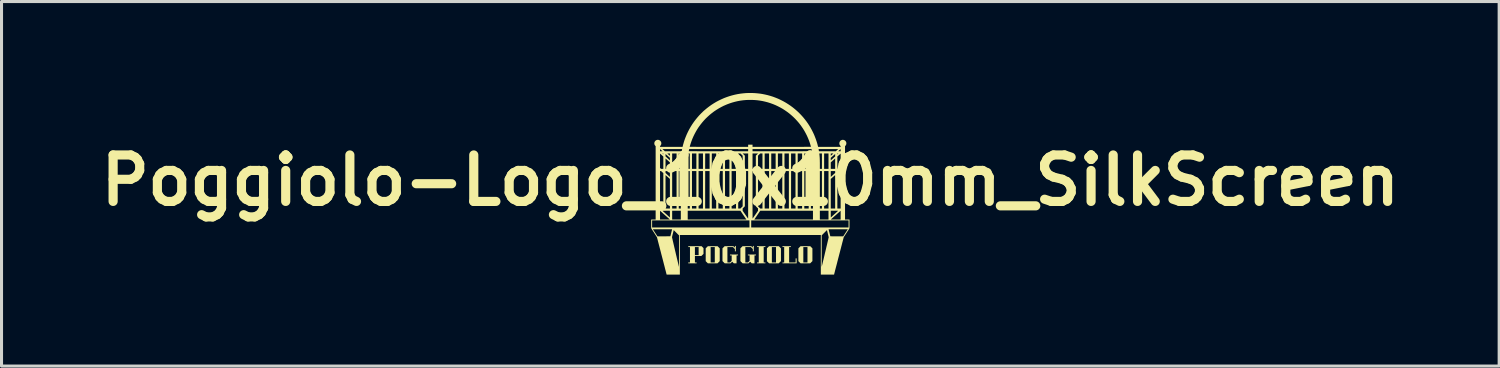
<source format=kicad_pcb>
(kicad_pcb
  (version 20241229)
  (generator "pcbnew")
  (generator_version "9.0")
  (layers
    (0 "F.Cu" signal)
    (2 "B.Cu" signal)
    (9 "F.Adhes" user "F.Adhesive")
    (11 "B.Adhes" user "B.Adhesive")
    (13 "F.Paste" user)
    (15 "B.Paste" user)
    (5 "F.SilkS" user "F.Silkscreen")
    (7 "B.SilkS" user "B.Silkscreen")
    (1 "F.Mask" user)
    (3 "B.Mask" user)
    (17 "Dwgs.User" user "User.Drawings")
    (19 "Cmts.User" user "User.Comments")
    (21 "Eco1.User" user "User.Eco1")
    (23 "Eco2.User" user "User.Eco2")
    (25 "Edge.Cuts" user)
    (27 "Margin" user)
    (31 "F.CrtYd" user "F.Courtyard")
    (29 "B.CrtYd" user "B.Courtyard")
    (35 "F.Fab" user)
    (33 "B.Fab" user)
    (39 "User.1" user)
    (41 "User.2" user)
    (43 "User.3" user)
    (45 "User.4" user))
  (footprint "Poggiolo-Logo_10x10mm_SilkScreen"
    (layer "F.Cu")
    (at 21.561 2.867)
    (property "Reference" "Poggiolo-Logo_10x10mm_SilkScreen" (at 0 0 0) (layer "F.SilkS") (effects (font (size 1.524 1.524) (thickness 0.3))))
    (attr board_only exclude_from_pos_files exclude_from_bom)
    (fp_poly (pts (xy 0.494 2.186) (xy 0.438 2.186) (xy 0.438 2.692) (xy 0.494 2.692) (xy 0.494 2.72) (xy 0.22 2.72) (xy 0.22 2.692) (xy 0.276 2.692) (xy 0.276 2.186) (xy 0.22 2.186) (xy 0.22 2.158) (xy 0.494 2.158)) (stroke (width 0) (type solid)) (fill yes) (layer "F.SilkS"))
    (fp_poly (pts (xy 1.328 2.186) (xy 1.272 2.186) (xy 1.272 2.692) (xy 1.486 2.692) (xy 1.486 2.558) (xy 1.518 2.558) (xy 1.518 2.72) (xy 1.054 2.72) (xy 1.054 2.692) (xy 1.11 2.692) (xy 1.11 2.186) (xy 1.054 2.186) (xy 1.054 2.158) (xy 1.328 2.158)) (stroke (width 0) (type solid)) (fill yes) (layer "F.SilkS"))
    (fp_poly (pts (xy -1.039 2.194) (xy -1.004 2.229) (xy -1.004 2.647) (xy -1.077 2.72) (xy -1.393 2.72) (xy -1.421 2.692) (xy -1.302 2.692) (xy -1.166 2.692) (xy -1.166 2.186) (xy -1.302 2.186) (xy -1.302 2.692) (xy -1.421 2.692) (xy -1.429 2.684) (xy -1.464 2.649) (xy -1.464 2.229) (xy -1.393 2.158) (xy -1.075 2.158)) (stroke (width 0) (type solid)) (fill yes) (layer "F.SilkS"))
    (fp_poly (pts (xy 0.969 2.194) (xy 1.004 2.229) (xy 1.004 2.647) (xy 0.931 2.72) (xy 0.615 2.72) (xy 0.587 2.692) (xy 0.706 2.692) (xy 0.842 2.692) (xy 0.842 2.186) (xy 0.706 2.186) (xy 0.706 2.692) (xy 0.587 2.692) (xy 0.579 2.684) (xy 0.544 2.649) (xy 0.544 2.229) (xy 0.615 2.158) (xy 0.933 2.158)) (stroke (width 0) (type solid)) (fill yes) (layer "F.SilkS"))
    (fp_poly (pts (xy 2.001 2.194) (xy 2.036 2.229) (xy 2.036 2.647) (xy 1.963 2.72) (xy 1.647 2.72) (xy 1.619 2.692) (xy 1.738 2.692) (xy 1.874 2.692) (xy 1.874 2.186) (xy 1.738 2.186) (xy 1.738 2.692) (xy 1.619 2.692) (xy 1.611 2.684) (xy 1.576 2.649) (xy 1.576 2.229) (xy 1.647 2.158) (xy 1.965 2.158)) (stroke (width 0) (type solid)) (fill yes) (layer "F.SilkS"))
    (fp_poly (pts (xy -1.567 2.19) (xy -1.536 2.221) (xy -1.536 2.409) (xy -1.571 2.444) (xy -1.607 2.48) (xy -1.818 2.48) (xy -1.818 2.692) (xy -1.762 2.692) (xy -1.762 2.72) (xy -2.036 2.72) (xy -2.036 2.692) (xy -1.98 2.692) (xy -1.98 2.452) (xy -1.818 2.452) (xy -1.696 2.452) (xy -1.696 2.186) (xy -1.818 2.186) (xy -1.818 2.452) (xy -1.98 2.452) (xy -1.98 2.186) (xy -2.036 2.186) (xy -2.036 2.158) (xy -1.599 2.158)) (stroke (width 0) (type solid)) (fill yes) (layer "F.SilkS"))
    (fp_poly (pts (xy -0.476 2.326) (xy -0.506 2.326) (xy -0.506 2.251) (xy -0.539 2.218) (xy -0.571 2.186) (xy -0.752 2.186) (xy -0.752 2.692) (xy -0.665 2.692) (xy -0.638 2.665) (xy -0.612 2.639) (xy -0.612 2.46) (xy -0.668 2.46) (xy -0.668 2.432) (xy -0.404 2.432) (xy -0.404 2.46) (xy -0.452 2.46) (xy -0.452 2.72) (xy -0.543 2.72) (xy -0.567 2.694) (xy -0.576 2.686) (xy -0.583 2.678) (xy -0.589 2.673) (xy -0.593 2.669) (xy -0.595 2.668) (xy -0.597 2.669) (xy -0.601 2.673) (xy -0.607 2.679) (xy -0.615 2.686) (xy -0.623 2.694) (xy -0.649 2.72) (xy -0.841 2.72) (xy -0.878 2.683) (xy -0.914 2.647) (xy -0.914 2.229) (xy -0.843 2.158) (xy -0.555 2.158) (xy -0.532 2.181) (xy -0.524 2.189) (xy -0.517 2.195) (xy -0.512 2.2) (xy -0.508 2.203) (xy -0.508 2.204) (xy -0.507 2.202) (xy -0.507 2.197) (xy -0.506 2.189) (xy -0.506 2.18) (xy -0.506 2.177) (xy -0.506 2.15) (xy -0.476 2.15)) (stroke (width 0) (type solid)) (fill yes) (layer "F.SilkS"))
    (fp_poly (pts (xy 0.112 2.326) (xy 0.082 2.326) (xy 0.082 2.251) (xy 0.049 2.218) (xy 0.017 2.186) (xy -0.164 2.186) (xy -0.164 2.692) (xy -0.077 2.692) (xy -0.05 2.665) (xy -0.024 2.639) (xy -0.024 2.46) (xy -0.08 2.46) (xy -0.08 2.432) (xy 0.184 2.432) (xy 0.184 2.46) (xy 0.136 2.46) (xy 0.136 2.72) (xy 0.045 2.72) (xy 0.021 2.694) (xy 0.012 2.686) (xy 0.005 2.678) (xy -0.001 2.673) (xy -0.005 2.669) (xy -0.007 2.668) (xy -0.009 2.669) (xy -0.013 2.673) (xy -0.019 2.679) (xy -0.027 2.686) (xy -0.035 2.694) (xy -0.061 2.72) (xy -0.253 2.72) (xy -0.29 2.683) (xy -0.326 2.647) (xy -0.326 2.229) (xy -0.255 2.158) (xy 0.033 2.158) (xy 0.056 2.181) (xy 0.064 2.189) (xy 0.071 2.195) (xy 0.076 2.2) (xy 0.08 2.203) (xy 0.08 2.204) (xy 0.081 2.202) (xy 0.081 2.197) (xy 0.082 2.189) (xy 0.082 2.18) (xy 0.082 2.177) (xy 0.082 2.15) (xy 0.112 2.15)) (stroke (width 0) (type solid)) (fill yes) (layer "F.SilkS"))
    (fp_poly (pts (xy 0.048 -2.867) (xy 0.143 -2.863) (xy 0.238 -2.855) (xy 0.333 -2.844) (xy 0.383 -2.836) (xy 0.475 -2.818) (xy 0.566 -2.797) (xy 0.656 -2.772) (xy 0.745 -2.744) (xy 0.832 -2.711) (xy 0.918 -2.676) (xy 1.002 -2.636) (xy 1.084 -2.594) (xy 1.165 -2.548) (xy 1.243 -2.499) (xy 1.32 -2.447) (xy 1.394 -2.392) (xy 1.467 -2.333) (xy 1.537 -2.272) (xy 1.604 -2.208) (xy 1.669 -2.141) (xy 1.731 -2.072) (xy 1.791 -1.999) (xy 1.847 -1.925) (xy 1.901 -1.847) (xy 1.951 -1.768) (xy 1.978 -1.722) (xy 2.017 -1.651) (xy 2.054 -1.578) (xy 2.089 -1.503) (xy 2.12 -1.427) (xy 2.149 -1.35) (xy 2.175 -1.273) (xy 2.198 -1.197) (xy 2.217 -1.123) (xy 2.222 -1.1) (xy 2.962 -1.1) (xy 2.962 -1.112) (xy 2.962 -1.118) (xy 2.961 -1.123) (xy 2.96 -1.126) (xy 2.956 -1.131) (xy 2.951 -1.137) (xy 2.95 -1.137) (xy 2.94 -1.15) (xy 2.931 -1.165) (xy 2.924 -1.181) (xy 2.922 -1.189) (xy 2.921 -1.196) (xy 2.92 -1.205) (xy 2.92 -1.215) (xy 2.92 -1.217) (xy 2.922 -1.238) (xy 2.927 -1.257) (xy 2.936 -1.275) (xy 2.948 -1.292) (xy 2.963 -1.306) (xy 2.98 -1.317) (xy 2.999 -1.325) (xy 3.008 -1.328) (xy 3.022 -1.33) (xy 3.037 -1.331) (xy 3.053 -1.329) (xy 3.067 -1.326) (xy 3.067 -1.326) (xy 3.086 -1.318) (xy 3.104 -1.307) (xy 3.119 -1.294) (xy 3.131 -1.278) (xy 3.141 -1.26) (xy 3.147 -1.241) (xy 3.15 -1.221) (xy 3.149 -1.207) (xy 3.146 -1.186) (xy 3.139 -1.166) (xy 3.128 -1.148) (xy 3.115 -1.133) (xy 3.106 -1.124) (xy 3.106 1.284) (xy 3.252 1.284) (xy 3.252 1.427) (xy 3.252 1.455) (xy 3.252 1.479) (xy 3.252 1.499) (xy 3.252 1.516) (xy 3.252 1.531) (xy 3.252 1.542) (xy 3.251 1.552) (xy 3.251 1.559) (xy 3.251 1.565) (xy 3.251 1.569) (xy 3.25 1.572) (xy 3.25 1.574) (xy 3.249 1.576) (xy 3.248 1.577) (xy 3.247 1.58) (xy 3.243 1.585) (xy 3.238 1.594) (xy 3.23 1.605) (xy 3.222 1.618) (xy 3.212 1.634) (xy 3.201 1.651) (xy 3.188 1.67) (xy 3.175 1.689) (xy 3.162 1.71) (xy 3.155 1.721) (xy 3.141 1.742) (xy 3.128 1.763) (xy 3.116 1.782) (xy 3.104 1.8) (xy 3.094 1.816) (xy 3.085 1.83) (xy 3.077 1.842) (xy 3.071 1.851) (xy 3.067 1.858) (xy 3.064 1.862) (xy 3.064 1.863) (xy 3.063 1.865) (xy 3.062 1.871) (xy 3.059 1.88) (xy 3.056 1.893) (xy 3.052 1.909) (xy 3.047 1.927) (xy 3.041 1.949) (xy 3.035 1.973) (xy 3.028 2) (xy 3.02 2.029) (xy 3.012 2.06) (xy 3.004 2.093) (xy 2.995 2.127) (xy 2.985 2.164) (xy 2.976 2.201) (xy 2.966 2.24) (xy 2.955 2.28) (xy 2.945 2.32) (xy 2.934 2.362) (xy 2.923 2.404) (xy 2.912 2.446) (xy 2.901 2.488) (xy 2.89 2.53) (xy 2.879 2.572) (xy 2.869 2.613) (xy 2.858 2.654) (xy 2.848 2.695) (xy 2.838 2.734) (xy 2.828 2.772) (xy 2.818 2.809) (xy 2.809 2.844) (xy 2.8 2.878) (xy 2.792 2.909) (xy 2.784 2.939) (xy 2.777 2.967) (xy 2.771 2.992) (xy 2.765 3.015) (xy 2.76 3.035) (xy 2.755 3.052) (xy 2.752 3.066) (xy 2.749 3.077) (xy 2.747 3.084) (xy 2.747 3.085) (xy 2.746 3.09) (xy 2.312 3.09) (xy 2.312 2.321) (xy 2.34 2.321) (xy 2.34 2.366) (xy 2.34 2.41) (xy 2.34 2.453) (xy 2.34 2.495) (xy 2.34 2.535) (xy 2.34 2.573) (xy 2.34 2.609) (xy 2.34 2.644) (xy 2.34 2.676) (xy 2.34 2.705) (xy 2.34 2.732) (xy 2.34 2.757) (xy 2.34 2.778) (xy 2.341 2.797) (xy 2.341 2.812) (xy 2.341 2.824) (xy 2.341 2.832) (xy 2.341 2.837) (xy 2.341 2.838) (xy 2.341 2.836) (xy 2.343 2.83) (xy 2.345 2.821) (xy 2.348 2.808) (xy 2.352 2.792) (xy 2.356 2.773) (xy 2.362 2.751) (xy 2.368 2.727) (xy 2.374 2.699) (xy 2.381 2.67) (xy 2.388 2.638) (xy 2.397 2.604) (xy 2.405 2.569) (xy 2.414 2.531) (xy 2.423 2.492) (xy 2.433 2.452) (xy 2.442 2.41) (xy 2.452 2.367) (xy 2.455 2.356) (xy 2.465 2.313) (xy 2.475 2.271) (xy 2.485 2.23) (xy 2.494 2.19) (xy 2.503 2.152) (xy 2.512 2.115) (xy 2.52 2.081) (xy 2.527 2.048) (xy 2.535 2.017) (xy 2.541 1.989) (xy 2.547 1.964) (xy 2.553 1.941) (xy 2.557 1.92) (xy 2.561 1.903) (xy 2.565 1.889) (xy 2.567 1.878) (xy 2.569 1.871) (xy 2.569 1.868) (xy 2.569 1.868) (xy 2.569 1.865) (xy 2.569 1.86) (xy 2.567 1.853) (xy 2.565 1.843) (xy 2.563 1.831) (xy 2.559 1.815) (xy 2.555 1.797) (xy 2.549 1.775) (xy 2.543 1.749) (xy 2.542 1.745) (xy 2.513 1.63) (xy 2.427 1.716) (xy 2.34 1.803) (xy 2.34 2.321) (xy 2.312 2.321) (xy 2.312 1.79) (xy -2.312 1.79) (xy -2.312 3.09) (xy -2.529 3.09) (xy -2.558 3.09) (xy -2.586 3.09) (xy -2.613 3.09) (xy -2.637 3.09) (xy -2.66 3.09) (xy -2.681 3.09) (xy -2.7 3.09) (xy -2.715 3.09) (xy -2.728 3.089) (xy -2.738 3.089) (xy -2.744 3.089) (xy -2.746 3.089) (xy -2.746 3.089) (xy -2.746 3.087) (xy -2.748 3.081) (xy -2.75 3.072) (xy -2.754 3.059) (xy -2.758 3.044) (xy -2.762 3.025) (xy -2.768 3.003) (xy -2.774 2.979) (xy -2.781 2.952) (xy -2.789 2.924) (xy -2.797 2.893) (xy -2.805 2.86) (xy -2.814 2.825) (xy -2.823 2.789) (xy -2.833 2.752) (xy -2.843 2.713) (xy -2.853 2.673) (xy -2.864 2.633) (xy -2.874 2.591) (xy -2.885 2.55) (xy -2.896 2.508) (xy -2.907 2.466) (xy -2.918 2.424) (xy -2.929 2.382) (xy -2.939 2.34) (xy -2.95 2.3) (xy -2.96 2.26) (xy -2.971 2.22) (xy -2.98 2.183) (xy -2.99 2.146) (xy -2.999 2.111) (xy -3.008 2.077) (xy -3.016 2.046) (xy -3.024 2.016) (xy -3.031 1.989) (xy -3.037 1.964) (xy -3.043 1.941) (xy -3.048 1.921) (xy -3.053 1.905) (xy -3.056 1.891) (xy -3.059 1.881) (xy -3.061 1.874) (xy -3.062 1.87) (xy -3.062 1.87) (xy -3.063 1.866) (xy -3.066 1.862) (xy -2.57 1.862) (xy -2.569 1.864) (xy -2.568 1.87) (xy -2.566 1.88) (xy -2.563 1.892) (xy -2.559 1.908) (xy -2.555 1.927) (xy -2.55 1.948) (xy -2.545 1.972) (xy -2.539 1.998) (xy -2.532 2.026) (xy -2.525 2.056) (xy -2.518 2.088) (xy -2.51 2.121) (xy -2.502 2.155) (xy -2.494 2.191) (xy -2.485 2.227) (xy -2.477 2.264) (xy -2.468 2.301) (xy -2.459 2.339) (xy -2.45 2.376) (xy -2.442 2.414) (xy -2.433 2.451) (xy -2.424 2.487) (xy -2.416 2.523) (xy -2.408 2.557) (xy -2.4 2.591) (xy -2.392 2.623) (xy -2.385 2.653) (xy -2.378 2.682) (xy -2.372 2.709) (xy -2.366 2.733) (xy -2.361 2.755) (xy -2.356 2.775) (xy -2.353 2.791) (xy -2.349 2.805) (xy -2.348 2.808) (xy -2.341 2.839) (xy -2.34 2.321) (xy -2.34 1.803) (xy -2.426 1.717) (xy -2.513 1.63) (xy -2.541 1.743) (xy -2.547 1.764) (xy -2.552 1.784) (xy -2.556 1.802) (xy -2.56 1.819) (xy -2.563 1.833) (xy -2.566 1.845) (xy -2.568 1.854) (xy -2.57 1.86) (xy -2.57 1.862) (xy -3.066 1.862) (xy -3.067 1.86) (xy -3.072 1.851) (xy -3.08 1.839) (xy -3.089 1.824) (xy -3.1 1.806) (xy -3.114 1.785) (xy -3.129 1.761) (xy -3.147 1.734) (xy -3.156 1.719) (xy -3.17 1.697) (xy -3.184 1.677) (xy -3.196 1.657) (xy -3.208 1.639) (xy -3.219 1.623) (xy -3.228 1.609) (xy -3.231 1.603) (xy -3.197 1.603) (xy -3.047 1.834) (xy -2.835 1.834) (xy -2.623 1.833) (xy -2.595 1.718) (xy -2.589 1.698) (xy -2.585 1.678) (xy -2.58 1.66) (xy -2.576 1.644) (xy -2.573 1.63) (xy -2.57 1.618) (xy -2.568 1.61) (xy -2.567 1.604) (xy -2.567 1.603) (xy 2.567 1.603) (xy 2.567 1.605) (xy 2.568 1.61) (xy 2.57 1.619) (xy 2.573 1.63) (xy 2.576 1.643) (xy 2.58 1.658) (xy 2.584 1.675) (xy 2.588 1.692) (xy 2.593 1.71) (xy 2.597 1.729) (xy 2.602 1.747) (xy 2.606 1.764) (xy 2.61 1.78) (xy 2.614 1.795) (xy 2.617 1.808) (xy 2.619 1.818) (xy 2.621 1.826) (xy 2.623 1.831) (xy 2.623 1.831) (xy 2.624 1.832) (xy 2.626 1.832) (xy 2.631 1.833) (xy 2.637 1.833) (xy 2.645 1.833) (xy 2.656 1.833) (xy 2.67 1.834) (xy 2.686 1.834) (xy 2.705 1.834) (xy 2.727 1.834) (xy 2.753 1.834) (xy 2.782 1.834) (xy 2.814 1.834) (xy 2.835 1.834) (xy 3.047 1.834) (xy 3.122 1.718) (xy 3.197 1.603) (xy 2.882 1.602) (xy 2.847 1.602) (xy 2.813 1.602) (xy 2.78 1.602) (xy 2.749 1.602) (xy 2.719 1.602) (xy 2.692 1.602) (xy 2.667 1.602) (xy 2.644 1.602) (xy 2.623 1.602) (xy 2.605 1.602) (xy 2.591 1.602) (xy 2.579 1.603) (xy 2.572 1.603) (xy 2.567 1.603) (xy 2.567 1.603) (xy -2.567 1.603) (xy -2.567 1.603) (xy -2.569 1.603) (xy -2.574 1.603) (xy -2.584 1.603) (xy -2.597 1.602) (xy -2.613 1.602) (xy -2.631 1.602) (xy -2.653 1.602) (xy -2.677 1.602) (xy -2.703 1.602) (xy -2.732 1.602) (xy -2.762 1.602) (xy -2.794 1.602) (xy -2.827 1.602) (xy -2.862 1.602) (xy -2.882 1.602) (xy -3.197 1.603) (xy -3.231 1.603) (xy -3.236 1.596) (xy -3.242 1.587) (xy -3.247 1.579) (xy -3.249 1.575) (xy -3.25 1.574) (xy -3.25 1.572) (xy -3.251 1.566) (xy -3.251 1.557) (xy -3.251 1.544) (xy -3.252 1.528) (xy -3.252 1.509) (xy -3.252 1.485) (xy -3.252 1.458) (xy -3.252 1.427) (xy -3.252 1.312) (xy -3.222 1.312) (xy -3.222 1.544) (xy -0.028 1.544) (xy 0.028 1.544) (xy 3.222 1.544) (xy 3.222 1.312) (xy 1.625 1.312) (xy 0.029 1.313) (xy 0.028 1.429) (xy 0.028 1.544) (xy -0.028 1.544) (xy -0.029 1.313) (xy -1.625 1.312) (xy -3.222 1.312) (xy -3.252 1.312) (xy -3.252 1.284) (xy -3.106 1.284) (xy -3.106 0.995) (xy -2.962 0.995) (xy -2.962 1.284) (xy -2.8 1.284) (xy -2.564 1.284) (xy -2.28 1.284) (xy -2.054 1.284) (xy -0.13 1.284) (xy 0.13 1.284) (xy 2.054 1.284) (xy 2.28 1.284) (xy 2.564 1.284) (xy 2.564 1.282) (xy 2.64 1.282) (xy 2.641 1.282) (xy 2.644 1.283) (xy 2.648 1.283) (xy 2.654 1.283) (xy 2.663 1.283) (xy 2.673 1.284) (xy 2.687 1.284) (xy 2.703 1.284) (xy 2.722 1.284) (xy 2.745 1.284) (xy 2.771 1.284) (xy 2.8 1.284) (xy 2.962 1.284) (xy 2.962 0.995) (xy 2.957 1) (xy 2.954 1.002) (xy 2.949 1.007) (xy 2.942 1.014) (xy 2.932 1.022) (xy 2.92 1.033) (xy 2.905 1.046) (xy 2.89 1.06) (xy 2.872 1.075) (xy 2.853 1.092) (xy 2.834 1.11) (xy 2.813 1.128) (xy 2.797 1.142) (xy 2.776 1.161) (xy 2.755 1.179) (xy 2.736 1.196) (xy 2.718 1.212) (xy 2.701 1.227) (xy 2.686 1.241) (xy 2.672 1.253) (xy 2.661 1.263) (xy 2.652 1.271) (xy 2.645 1.277) (xy 2.641 1.28) (xy 2.64 1.281) (xy 2.64 1.282) (xy 2.564 1.282) (xy 2.564 1.106) (xy 2.638 1.106) (xy 2.638 1.13) (xy 2.638 1.151) (xy 2.638 1.168) (xy 2.638 1.182) (xy 2.638 1.193) (xy 2.639 1.201) (xy 2.639 1.208) (xy 2.639 1.212) (xy 2.64 1.214) (xy 2.64 1.215) (xy 2.641 1.215) (xy 2.643 1.213) (xy 2.647 1.209) (xy 2.654 1.203) (xy 2.664 1.194) (xy 2.675 1.184) (xy 2.688 1.172) (xy 2.703 1.159) (xy 2.719 1.144) (xy 2.737 1.128) (xy 2.755 1.112) (xy 2.762 1.105) (xy 2.78 1.089) (xy 2.798 1.073) (xy 2.814 1.058) (xy 2.829 1.044) (xy 2.843 1.031) (xy 2.855 1.02) (xy 2.864 1.011) (xy 2.872 1.004) (xy 2.877 0.999) (xy 2.88 0.997) (xy 2.88 0.997) (xy 2.878 0.997) (xy 2.872 0.997) (xy 2.864 0.996) (xy 2.852 0.996) (xy 2.837 0.996) (xy 2.82 0.996) (xy 2.802 0.996) (xy 2.781 0.996) (xy 2.76 0.996) (xy 2.638 0.996) (xy 2.638 1.106) (xy 2.564 1.106) (xy 2.564 0.996) (xy 2.28 0.996) (xy 2.28 1.284) (xy 2.054 1.284) (xy 2.054 0.996) (xy 0.324 0.996) (xy 0.242 1.119) (xy 0.228 1.139) (xy 0.215 1.159) (xy 0.202 1.178) (xy 0.189 1.196) (xy 0.178 1.213) (xy 0.168 1.228) (xy 0.159 1.241) (xy 0.152 1.251) (xy 0.147 1.259) (xy 0.144 1.262) (xy 0.13 1.284) (xy -0.13 1.284) (xy -0.144 1.262) (xy -0.148 1.257) (xy -0.154 1.249) (xy -0.161 1.238) (xy -0.17 1.225) (xy -0.18 1.21) (xy -0.192 1.193) (xy -0.204 1.174) (xy -0.217 1.155) (xy -0.231 1.135) (xy -0.242 1.119) (xy -0.324 0.996) (xy -0.252 0.996) (xy -0.163 1.125) (xy -0.148 1.145) (xy -0.135 1.165) (xy -0.123 1.183) (xy -0.111 1.199) (xy -0.101 1.214) (xy -0.092 1.227) (xy -0.084 1.238) (xy -0.078 1.246) (xy -0.074 1.251) (xy -0.073 1.254) (xy -0.073 1.254) (xy -0.073 1.252) (xy -0.072 1.246) (xy -0.072 1.237) (xy -0.072 1.223) (xy -0.072 1.207) (xy -0.072 1.187) (xy -0.072 1.164) (xy -0.072 1.138) (xy -0.072 1.108) (xy -0.072 1.077) (xy -0.072 1.042) (xy -0.072 1.005) (xy -0.072 0.966) (xy -0.072 0.924) (xy -0.072 0.88) (xy -0.072 0.835) (xy -0.072 0.787) (xy -0.072 0.738) (xy -0.072 0.687) (xy -0.072 0.635) (xy -0.072 0.581) (xy -0.072 0.527) (xy -0.072 0.474) (xy 0.072 0.474) (xy 0.072 0.531) (xy 0.072 0.586) (xy 0.072 0.639) (xy 0.072 0.692) (xy 0.072 0.743) (xy 0.072 0.792) (xy 0.072 0.84) (xy 0.072 0.885) (xy 0.072 0.929) (xy 0.072 0.97) (xy 0.072 1.01) (xy 0.073 1.046) (xy 0.073 1.081) (xy 0.073 1.112) (xy 0.073 1.141) (xy 0.073 1.167) (xy 0.073 1.189) (xy 0.073 1.209) (xy 0.073 1.225) (xy 0.073 1.237) (xy 0.073 1.246) (xy 0.074 1.252) (xy 0.074 1.253) (xy 0.075 1.251) (xy 0.079 1.246) (xy 0.084 1.238) (xy 0.091 1.228) (xy 0.1 1.216) (xy 0.11 1.201) (xy 0.121 1.185) (xy 0.134 1.167) (xy 0.147 1.148) (xy 0.161 1.128) (xy 0.164 1.124) (xy 0.252 0.996) (xy 0.252 0.921) (xy 0.216 0.885) (xy 0.18 0.849) (xy 0.18 0.849) (xy 0.252 0.849) (xy 0.288 0.885) (xy 0.325 0.922) (xy 0.398 0.922) (xy 0.47 0.922) (xy 0.614 0.922) (xy 0.686 0.922) (xy 0.83 0.922) (xy 0.904 0.922) (xy 1.048 0.922) (xy 1.12 0.922) (xy 1.264 0.922) (xy 1.336 0.922) (xy 1.482 0.922) (xy 1.554 0.922) (xy 1.698 0.922) (xy 1.77 0.922) (xy 1.914 0.922) (xy 1.986 0.922) (xy 2.054 0.922) (xy 2.28 0.922) (xy 2.348 0.922) (xy 2.42 0.922) (xy 2.564 0.922) (xy 2.638 0.922) (xy 2.782 0.922) (xy 2.854 0.922) (xy 2.962 0.922) (xy 2.962 -0.306) (xy 2.929 -0.306) (xy 2.891 -0.273) (xy 2.854 -0.24) (xy 2.854 0.922) (xy 2.782 0.922) (xy 2.782 0.374) (xy 2.782 0.317) (xy 2.782 0.265) (xy 2.782 0.216) (xy 2.782 0.171) (xy 2.782 0.129) (xy 2.782 0.09) (xy 2.782 0.055) (xy 2.782 0.023) (xy 2.782 -0.006) (xy 2.782 -0.032) (xy 2.782 -0.056) (xy 2.781 -0.077) (xy 2.781 -0.095) (xy 2.781 -0.112) (xy 2.781 -0.125) (xy 2.781 -0.137) (xy 2.781 -0.147) (xy 2.781 -0.155) (xy 2.78 -0.162) (xy 2.78 -0.166) (xy 2.78 -0.17) (xy 2.78 -0.172) (xy 2.779 -0.173) (xy 2.779 -0.173) (xy 2.777 -0.171) (xy 2.773 -0.167) (xy 2.766 -0.161) (xy 2.757 -0.153) (xy 2.746 -0.143) (xy 2.733 -0.132) (xy 2.72 -0.12) (xy 2.707 -0.109) (xy 2.638 -0.048) (xy 2.638 0.922) (xy 2.564 0.922) (xy 2.564 -0.113) (xy 2.638 -0.113) (xy 2.644 -0.119) (xy 2.647 -0.122) (xy 2.653 -0.127) (xy 2.661 -0.134) (xy 2.67 -0.143) (xy 2.681 -0.153) (xy 2.694 -0.164) (xy 2.708 -0.177) (xy 2.716 -0.185) (xy 2.782 -0.244) (xy 2.782 -0.306) (xy 2.638 -0.306) (xy 2.638 -0.113) (xy 2.564 -0.113) (xy 2.564 -0.306) (xy 2.42 -0.306) (xy 2.42 0.922) (xy 2.348 0.922) (xy 2.348 -0.306) (xy 2.28 -0.306) (xy 2.28 0.922) (xy 2.054 0.922) (xy 2.053 -0.305) (xy 1.987 -0.305) (xy 1.986 0.308) (xy 1.986 0.922) (xy 1.914 0.922) (xy 1.914 -0.306) (xy 1.77 -0.306) (xy 1.77 0.922) (xy 1.698 0.922) (xy 1.698 -0.306) (xy 1.554 -0.306) (xy 1.554 0.922) (xy 1.482 0.922) (xy 1.481 -0.305) (xy 1.337 -0.305) (xy 1.336 0.308) (xy 1.336 0.922) (xy 1.264 0.922) (xy 1.264 -0.306) (xy 1.12 -0.306) (xy 1.12 0.922) (xy 1.048 0.922) (xy 1.048 -0.306) (xy 0.904 -0.306) (xy 0.904 0.922) (xy 0.83 0.922) (xy 0.83 -0.306) (xy 0.686 -0.306) (xy 0.686 0.922) (xy 0.614 0.922) (xy 0.614 -0.306) (xy 0.47 -0.306) (xy 0.47 0.922) (xy 0.398 0.922) (xy 0.397 -0.305) (xy 0.253 -0.305) (xy 0.252 0.272) (xy 0.252 0.849) (xy 0.18 0.849) (xy 0.18 -0.306) (xy 0.072 -0.306) (xy 0.072 0.474) (xy -0.072 0.474) (xy -0.072 0.474) (xy -0.072 -0.306) (xy -0.18 -0.306) (xy -0.18 0.849) (xy -0.216 0.885) (xy -0.252 0.921) (xy -0.252 0.996) (xy -0.324 0.996) (xy -0.324 0.996) (xy -2.054 0.996) (xy -2.054 1.284) (xy -2.28 1.284) (xy -2.28 0.996) (xy -2.564 0.996) (xy -2.564 1.284) (xy -2.8 1.284) (xy -2.77 1.284) (xy -2.744 1.284) (xy -2.721 1.284) (xy -2.702 1.284) (xy -2.686 1.284) (xy -2.673 1.284) (xy -2.662 1.283) (xy -2.654 1.283) (xy -2.648 1.283) (xy -2.644 1.283) (xy -2.641 1.282) (xy -2.64 1.282) (xy -2.64 1.281) (xy -2.642 1.28) (xy -2.647 1.275) (xy -2.654 1.269) (xy -2.663 1.26) (xy -2.675 1.25) (xy -2.689 1.238) (xy -2.705 1.224) (xy -2.722 1.209) (xy -2.74 1.192) (xy -2.76 1.175) (xy -2.781 1.156) (xy -2.797 1.142) (xy -2.818 1.123) (xy -2.839 1.105) (xy -2.858 1.087) (xy -2.877 1.071) (xy -2.894 1.056) (xy -2.909 1.042) (xy -2.923 1.03) (xy -2.934 1.02) (xy -2.944 1.012) (xy -2.951 1.005) (xy -2.955 1.002) (xy -2.957 1) (xy -2.96 0.997) (xy -2.881 0.997) (xy -2.76 1.107) (xy -2.639 1.217) (xy -2.638 1.107) (xy -2.638 1.087) (xy -2.638 1.067) (xy -2.638 1.049) (xy -2.638 1.034) (xy -2.638 1.02) (xy -2.638 1.009) (xy -2.638 1.002) (xy -2.639 0.997) (xy -2.639 0.997) (xy -2.641 0.997) (xy -2.646 0.996) (xy -2.655 0.996) (xy -2.667 0.996) (xy -2.682 0.996) (xy -2.699 0.996) (xy -2.718 0.996) (xy -2.738 0.996) (xy -2.76 0.996) (xy -2.76 0.996) (xy -2.881 0.997) (xy -2.96 0.997) (xy -2.962 0.995) (xy -3.106 0.995) (xy -3.106 0.922) (xy -2.962 0.922) (xy -2.854 0.922) (xy -2.782 0.922) (xy -2.638 0.922) (xy -2.564 0.922) (xy -2.42 0.922) (xy -2.348 0.922) (xy -2.28 0.922) (xy -2.054 0.922) (xy -1.986 0.922) (xy -1.914 0.922) (xy -1.77 0.922) (xy -1.698 0.922) (xy -1.554 0.922) (xy -1.482 0.922) (xy -1.336 0.922) (xy -1.264 0.922) (xy -1.12 0.922) (xy -1.048 0.922) (xy -0.904 0.922) (xy -0.83 0.922) (xy -0.686 0.922) (xy -0.614 0.922) (xy -0.47 0.922) (xy -0.398 0.922) (xy -0.325 0.922) (xy -0.288 0.885) (xy -0.252 0.849) (xy -0.252 0.272) (xy -0.253 -0.305) (xy -0.397 -0.305) (xy -0.398 0.308) (xy -0.398 0.922) (xy -0.47 0.922) (xy -0.47 -0.306) (xy -0.614 -0.306) (xy -0.614 0.922) (xy -0.686 0.922) (xy -0.686 -0.306) (xy -0.83 -0.306) (xy -0.83 0.922) (xy -0.904 0.922) (xy -0.904 -0.306) (xy -1.048 -0.306) (xy -1.048 0.922) (xy -1.12 0.922) (xy -1.12 -0.306) (xy -1.264 -0.306) (xy -1.264 0.922) (xy -1.336 0.922) (xy -1.337 -0.305) (xy -1.481 -0.305) (xy -1.482 0.308) (xy -1.482 0.922) (xy -1.554 0.922) (xy -1.554 -0.306) (xy -1.698 -0.306) (xy -1.698 0.922) (xy -1.77 0.922) (xy -1.77 -0.306) (xy -1.914 -0.306) (xy -1.914 0.922) (xy -1.986 0.922) (xy -1.987 -0.305) (xy -2.053 -0.305) (xy -2.054 0.308) (xy -2.054 0.922) (xy -2.28 0.922) (xy -2.28 -0.306) (xy -2.348 -0.306) (xy -2.348 0.922) (xy -2.42 0.922) (xy -2.42 -0.306) (xy -2.564 -0.306) (xy -2.564 0.922) (xy -2.638 0.922) (xy -2.638 -0.048) (xy -2.707 -0.109) (xy -2.722 -0.122) (xy -2.735 -0.134) (xy -2.747 -0.144) (xy -2.758 -0.154) (xy -2.767 -0.162) (xy -2.773 -0.168) (xy -2.778 -0.171) (xy -2.779 -0.173) (xy -2.78 -0.172) (xy -2.78 -0.171) (xy -2.78 -0.168) (xy -2.78 -0.164) (xy -2.781 -0.158) (xy -2.781 -0.151) (xy -2.781 -0.142) (xy -2.781 -0.131) (xy -2.781 -0.118) (xy -2.781 -0.103) (xy -2.781 -0.085) (xy -2.782 -0.065) (xy -2.782 -0.043) (xy -2.782 -0.018) (xy -2.782 0.01) (xy -2.782 0.041) (xy -2.782 0.075) (xy -2.782 0.112) (xy -2.782 0.152) (xy -2.782 0.196) (xy -2.782 0.243) (xy -2.782 0.294) (xy -2.782 0.349) (xy -2.782 0.922) (xy -2.854 0.922) (xy -2.854 -0.24) (xy -2.859 -0.244) (xy -2.782 -0.244) (xy -2.711 -0.179) (xy -2.696 -0.166) (xy -2.683 -0.154) (xy -2.671 -0.143) (xy -2.66 -0.134) (xy -2.651 -0.126) (xy -2.645 -0.119) (xy -2.64 -0.116) (xy -2.639 -0.114) (xy -2.639 -0.114) (xy -2.638 -0.116) (xy -2.638 -0.122) (xy -2.638 -0.13) (xy -2.638 -0.142) (xy -2.638 -0.156) (xy -2.638 -0.172) (xy -2.638 -0.19) (xy -2.638 -0.209) (xy -2.638 -0.21) (xy -2.638 -0.306) (xy -2.782 -0.306) (xy -2.782 -0.244) (xy -2.859 -0.244) (xy -2.929 -0.306) (xy -2.962 -0.306) (xy -2.962 0.922) (xy -3.106 0.922) (xy -3.106 -0.878) (xy -2.962 -0.878) (xy -2.962 -0.407) (xy -2.945 -0.393) (xy -2.929 -0.378) (xy -2.854 -0.378) (xy -2.854 -0.718) (xy -2.782 -0.718) (xy -2.782 -0.378) (xy -2.638 -0.378) (xy -2.564 -0.378) (xy -2.42 -0.378) (xy -2.348 -0.378) (xy -2.28 -0.378) (xy -2.054 -0.378) (xy -1.986 -0.378) (xy -1.914 -0.378) (xy -1.77 -0.378) (xy -1.698 -0.378) (xy -1.554 -0.378) (xy -1.482 -0.378) (xy -1.336 -0.378) (xy -1.264 -0.378) (xy -1.12 -0.378) (xy -1.048 -0.378) (xy -0.904 -0.378) (xy -0.83 -0.378) (xy -0.686 -0.378) (xy -0.614 -0.378) (xy -0.47 -0.378) (xy -0.398 -0.378) (xy -0.252 -0.378) (xy -0.252 -0.811) (xy -0.288 -0.847) (xy -0.325 -0.884) (xy -0.253 -0.884) (xy -0.216 -0.847) (xy -0.18 -0.811) (xy -0.18 -0.378) (xy -0.072 -0.378) (xy 0.072 -0.378) (xy 0.18 -0.378) (xy 0.252 -0.378) (xy 0.398 -0.378) (xy 0.47 -0.378) (xy 0.614 -0.378) (xy 0.686 -0.378) (xy 0.83 -0.378) (xy 0.904 -0.378) (xy 1.048 -0.378) (xy 1.12 -0.378) (xy 1.264 -0.378) (xy 1.264 -0.884) (xy 1.12 -0.884) (xy 1.12 -0.378) (xy 1.048 -0.378) (xy 1.048 -0.884) (xy 0.904 -0.884) (xy 0.904 -0.378) (xy 0.83 -0.378) (xy 0.83 -0.884) (xy 0.686 -0.884) (xy 0.686 -0.378) (xy 0.614 -0.378) (xy 0.614 -0.884) (xy 0.47 -0.884) (xy 0.47 -0.378) (xy 0.398 -0.378) (xy 0.398 -0.884) (xy 0.325 -0.884) (xy 0.289 -0.848) (xy 0.252 -0.811) (xy 0.252 -0.378) (xy 0.18 -0.378) (xy 0.18 -0.811) (xy 0.216 -0.847) (xy 0.253 -0.884) (xy 0.072 -0.884) (xy 0.072 -0.378) (xy -0.072 -0.378) (xy -0.072 -0.884) (xy -0.253 -0.884) (xy -0.325 -0.884) (xy -0.398 -0.884) (xy -0.398 -0.378) (xy -0.47 -0.378) (xy -0.47 -0.884) (xy -0.614 -0.884) (xy -0.614 -0.378) (xy -0.686 -0.378) (xy -0.686 -0.884) (xy -0.83 -0.884) (xy -0.83 -0.378) (xy -0.904 -0.378) (xy -0.904 -0.884) (xy -1.048 -0.884) (xy -1.048 -0.378) (xy -1.12 -0.378) (xy -1.12 -0.884) (xy -1.264 -0.884) (xy -1.264 -0.378) (xy -1.336 -0.378) (xy -1.336 -0.884) (xy 1.336 -0.884) (xy 1.336 -0.378) (xy 1.482 -0.378) (xy 1.554 -0.378) (xy 1.698 -0.378) (xy 1.77 -0.378) (xy 1.914 -0.378) (xy 1.986 -0.378) (xy 2.054 -0.378) (xy 2.054 -0.489) (xy 2.054 -0.537) (xy 2.053 -0.581) (xy 2.053 -0.621) (xy 2.052 -0.657) (xy 2.051 -0.689) (xy 2.049 -0.718) (xy 2.048 -0.737) (xy 2.046 -0.757) (xy 2.044 -0.779) (xy 2.042 -0.8) (xy 2.04 -0.82) (xy 2.038 -0.839) (xy 2.036 -0.856) (xy 2.034 -0.871) (xy 2.033 -0.878) (xy 2.032 -0.88) (xy 2.262 -0.88) (xy 2.262 -0.877) (xy 2.263 -0.871) (xy 2.264 -0.862) (xy 2.265 -0.852) (xy 2.266 -0.843) (xy 2.269 -0.819) (xy 2.271 -0.795) (xy 2.273 -0.772) (xy 2.275 -0.748) (xy 2.276 -0.724) (xy 2.277 -0.698) (xy 2.278 -0.672) (xy 2.279 -0.643) (xy 2.279 -0.611) (xy 2.28 -0.577) (xy 2.28 -0.54) (xy 2.28 -0.51) (xy 2.28 -0.378) (xy 2.348 -0.378) (xy 2.42 -0.378) (xy 2.564 -0.378) (xy 2.638 -0.378) (xy 2.782 -0.378) (xy 2.854 -0.378) (xy 2.929 -0.378) (xy 2.945 -0.393) (xy 2.962 -0.407) (xy 2.962 -0.643) (xy 2.962 -0.878) (xy 2.955 -0.873) (xy 2.952 -0.87) (xy 2.946 -0.865) (xy 2.939 -0.858) (xy 2.929 -0.85) (xy 2.918 -0.84) (xy 2.906 -0.83) (xy 2.901 -0.825) (xy 2.854 -0.783) (xy 2.854 -0.581) (xy 2.854 -0.378) (xy 2.782 -0.378) (xy 2.782 -0.718) (xy 2.775 -0.713) (xy 2.772 -0.71) (xy 2.767 -0.705) (xy 2.759 -0.698) (xy 2.749 -0.69) (xy 2.738 -0.68) (xy 2.725 -0.668) (xy 2.712 -0.656) (xy 2.703 -0.649) (xy 2.638 -0.591) (xy 2.638 -0.484) (xy 2.638 -0.378) (xy 2.564 -0.378) (xy 2.564 -0.657) (xy 2.638 -0.657) (xy 2.644 -0.662) (xy 2.647 -0.665) (xy 2.652 -0.669) (xy 2.66 -0.676) (xy 2.669 -0.685) (xy 2.68 -0.695) (xy 2.693 -0.706) (xy 2.706 -0.718) (xy 2.716 -0.727) (xy 2.782 -0.787) (xy 2.782 -0.827) (xy 2.782 -0.839) (xy 2.782 -0.849) (xy 2.782 -0.854) (xy 2.854 -0.854) (xy 2.864 -0.862) (xy 2.87 -0.867) (xy 2.877 -0.874) (xy 2.88 -0.877) (xy 2.887 -0.884) (xy 2.854 -0.884) (xy 2.854 -0.854) (xy 2.782 -0.854) (xy 2.782 -0.858) (xy 2.781 -0.863) (xy 2.781 -0.866) (xy 2.781 -0.866) (xy 2.779 -0.865) (xy 2.775 -0.861) (xy 2.768 -0.855) (xy 2.759 -0.847) (xy 2.749 -0.838) (xy 2.737 -0.827) (xy 2.723 -0.816) (xy 2.709 -0.803) (xy 2.638 -0.74) (xy 2.638 -0.657) (xy 2.564 -0.657) (xy 2.564 -0.805) (xy 2.638 -0.805) (xy 2.644 -0.811) (xy 2.648 -0.814) (xy 2.654 -0.82) (xy 2.661 -0.827) (xy 2.671 -0.835) (xy 2.681 -0.844) (xy 2.686 -0.849) (xy 2.696 -0.858) (xy 2.705 -0.866) (xy 2.712 -0.873) (xy 2.718 -0.878) (xy 2.721 -0.882) (xy 2.722 -0.882) (xy 2.72 -0.883) (xy 2.715 -0.883) (xy 2.707 -0.884) (xy 2.697 -0.884) (xy 2.685 -0.884) (xy 2.68 -0.884) (xy 2.638 -0.884) (xy 2.638 -0.805) (xy 2.564 -0.805) (xy 2.564 -0.884) (xy 2.42 -0.884) (xy 2.42 -0.378) (xy 2.348 -0.378) (xy 2.348 -0.884) (xy 2.305 -0.884) (xy 2.291 -0.884) (xy 2.28 -0.884) (xy 2.272 -0.884) (xy 2.267 -0.883) (xy 2.264 -0.883) (xy 2.263 -0.882) (xy 2.262 -0.881) (xy 2.262 -0.88) (xy 2.032 -0.88) (xy 2.032 -0.884) (xy 1.987 -0.883) (xy 1.986 -0.378) (xy 1.914 -0.378) (xy 1.914 -0.884) (xy 1.77 -0.884) (xy 1.77 -0.378) (xy 1.698 -0.378) (xy 1.698 -0.884) (xy 1.554 -0.884) (xy 1.554 -0.378) (xy 1.482 -0.378) (xy 1.482 -0.63) (xy 1.481 -0.883) (xy 1.336 -0.884) (xy -1.336 -0.884) (xy -1.481 -0.883) (xy -1.482 -0.378) (xy -1.554 -0.378) (xy -1.554 -0.884) (xy -1.698 -0.884) (xy -1.698 -0.378) (xy -1.77 -0.378) (xy -1.77 -0.884) (xy -1.914 -0.884) (xy -1.914 -0.378) (xy -1.986 -0.378) (xy -1.986 -0.63) (xy -1.987 -0.883) (xy -2.009 -0.884) (xy -2.032 -0.884) (xy -2.033 -0.878) (xy -2.035 -0.866) (xy -2.037 -0.85) (xy -2.039 -0.832) (xy -2.041 -0.813) (xy -2.043 -0.792) (xy -2.045 -0.77) (xy -2.047 -0.749) (xy -2.048 -0.737) (xy -2.05 -0.712) (xy -2.051 -0.682) (xy -2.052 -0.649) (xy -2.053 -0.612) (xy -2.054 -0.571) (xy -2.054 -0.527) (xy -2.054 -0.489) (xy -2.054 -0.378) (xy -2.28 -0.378) (xy -2.28 -0.51) (xy -2.28 -0.55) (xy -2.28 -0.587) (xy -2.279 -0.62) (xy -2.279 -0.651) (xy -2.278 -0.679) (xy -2.277 -0.705) (xy -2.276 -0.731) (xy -2.274 -0.755) (xy -2.272 -0.778) (xy -2.27 -0.802) (xy -2.268 -0.825) (xy -2.266 -0.843) (xy -2.265 -0.854) (xy -2.263 -0.865) (xy -2.263 -0.873) (xy -2.262 -0.879) (xy -2.262 -0.88) (xy -2.262 -0.882) (xy -2.263 -0.883) (xy -2.266 -0.883) (xy -2.27 -0.884) (xy -2.277 -0.884) (xy -2.286 -0.884) (xy -2.299 -0.884) (xy -2.305 -0.884) (xy -2.348 -0.884) (xy -2.348 -0.378) (xy -2.42 -0.378) (xy -2.42 -0.884) (xy -2.564 -0.884) (xy -2.564 -0.378) (xy -2.638 -0.378) (xy -2.638 -0.591) (xy -2.703 -0.649) (xy -2.717 -0.661) (xy -2.73 -0.673) (xy -2.743 -0.684) (xy -2.753 -0.693) (xy -2.762 -0.701) (xy -2.769 -0.708) (xy -2.774 -0.711) (xy -2.775 -0.713) (xy -2.782 -0.718) (xy -2.854 -0.718) (xy -2.854 -0.783) (xy -2.901 -0.825) (xy -2.905 -0.829) (xy -2.782 -0.829) (xy -2.782 -0.827) (xy -2.782 -0.787) (xy -2.711 -0.723) (xy -2.696 -0.71) (xy -2.683 -0.698) (xy -2.671 -0.687) (xy -2.66 -0.677) (xy -2.652 -0.669) (xy -2.645 -0.663) (xy -2.641 -0.659) (xy -2.639 -0.658) (xy -2.639 -0.658) (xy -2.639 -0.66) (xy -2.638 -0.665) (xy -2.638 -0.673) (xy -2.638 -0.684) (xy -2.638 -0.696) (xy -2.638 -0.699) (xy -2.638 -0.74) (xy -2.709 -0.803) (xy -2.723 -0.816) (xy -2.737 -0.827) (xy -2.749 -0.838) (xy -2.759 -0.847) (xy -2.768 -0.855) (xy -2.775 -0.861) (xy -2.779 -0.865) (xy -2.781 -0.866) (xy -2.781 -0.864) (xy -2.782 -0.859) (xy -2.782 -0.851) (xy -2.782 -0.84) (xy -2.782 -0.829) (xy -2.905 -0.829) (xy -2.913 -0.836) (xy -2.924 -0.846) (xy -2.935 -0.855) (xy -2.943 -0.862) (xy -2.95 -0.868) (xy -2.954 -0.872) (xy -2.955 -0.873) (xy -2.962 -0.878) (xy -3.106 -0.878) (xy -3.106 -0.884) (xy -2.887 -0.884) (xy -2.871 -0.869) (xy -2.865 -0.863) (xy -2.859 -0.858) (xy -2.856 -0.855) (xy -2.855 -0.854) (xy -2.854 -0.856) (xy -2.854 -0.861) (xy -2.854 -0.868) (xy -2.854 -0.869) (xy -2.854 -0.882) (xy -2.722 -0.882) (xy -2.72 -0.881) (xy -2.716 -0.877) (xy -2.71 -0.871) (xy -2.703 -0.864) (xy -2.694 -0.856) (xy -2.685 -0.848) (xy -2.675 -0.839) (xy -2.666 -0.83) (xy -2.657 -0.822) (xy -2.65 -0.816) (xy -2.644 -0.81) (xy -2.64 -0.807) (xy -2.639 -0.806) (xy -2.638 -0.808) (xy -2.638 -0.813) (xy -2.638 -0.821) (xy -2.638 -0.832) (xy -2.638 -0.843) (xy -2.638 -0.845) (xy -2.638 -0.884) (xy -2.68 -0.884) (xy -2.692 -0.884) (xy -2.703 -0.884) (xy -2.712 -0.883) (xy -2.719 -0.883) (xy -2.722 -0.883) (xy -2.722 -0.882) (xy -2.854 -0.882) (xy -2.854 -0.884) (xy -2.87 -0.884) (xy -2.887 -0.884) (xy -3.106 -0.884) (xy -3.106 -0.956) (xy -2.962 -0.956) (xy -2.922 -0.956) (xy -2.91 -0.956) (xy -2.899 -0.956) (xy -2.89 -0.956) (xy -2.885 -0.956) (xy -2.882 -0.957) (xy -2.882 -0.957) (xy -2.884 -0.958) (xy -2.888 -0.962) (xy -2.894 -0.968) (xy -2.903 -0.975) (xy -2.912 -0.983) (xy -2.922 -0.992) (xy -2.932 -1.001) (xy -2.941 -1.009) (xy -2.949 -1.016) (xy -2.956 -1.022) (xy -2.96 -1.025) (xy -2.961 -1.026) (xy -2.961 -1.024) (xy -2.962 -1.019) (xy -2.962 -1.011) (xy -2.962 -1.001) (xy -2.962 -0.991) (xy -2.962 -0.956) (xy -3.106 -0.956) (xy -3.106 -1.027) (xy -2.882 -1.027) (xy -2.804 -0.956) (xy -2.251 -0.956) (xy -2.25 -0.958) (xy -2.02 -0.958) (xy -2.018 -0.958) (xy -2.012 -0.957) (xy -2.003 -0.957) (xy -1.989 -0.957) (xy -1.973 -0.957) (xy -1.952 -0.957) (xy -1.929 -0.957) (xy -1.902 -0.957) (xy -1.873 -0.957) (xy -1.84 -0.957) (xy -1.805 -0.957) (xy -1.767 -0.957) (xy -1.726 -0.956) (xy -1.683 -0.956) (xy -1.638 -0.956) (xy -1.591 -0.956) (xy -1.541 -0.956) (xy -1.49 -0.956) (xy -1.437 -0.956) (xy -1.382 -0.956) (xy -1.325 -0.956) (xy -1.267 -0.956) (xy -1.208 -0.956) (xy -1.148 -0.956) (xy -1.086 -0.956) (xy -1.046 -0.956) (xy -0.072 -0.956) (xy 0.072 -0.956) (xy 1.046 -0.956) (xy 1.108 -0.956) (xy 1.169 -0.956) (xy 1.229 -0.956) (xy 1.288 -0.956) (xy 1.346 -0.956) (xy 1.402 -0.956) (xy 1.456 -0.956) (xy 1.509 -0.956) (xy 1.559 -0.956) (xy 1.608 -0.956) (xy 1.655 -0.956) (xy 1.699 -0.956) (xy 1.741 -0.957) (xy 1.781 -0.957) (xy 1.818 -0.957) (xy 1.852 -0.957) (xy 1.884 -0.957) (xy 1.912 -0.957) (xy 1.938 -0.957) (xy 1.96 -0.957) (xy 1.979 -0.957) (xy 1.994 -0.957) (xy 2.006 -0.957) (xy 2.015 -0.958) (xy 2.019 -0.958) (xy 2.02 -0.958) (xy 2.02 -0.96) (xy 2.019 -0.966) (xy 2.017 -0.973) (xy 2.015 -0.983) (xy 2.013 -0.993) (xy 2.011 -1.002) (xy 2.01 -1.011) (xy 2.008 -1.019) (xy 2.007 -1.023) (xy 2.007 -1.024) (xy 2.006 -1.027) (xy 2.239 -1.027) (xy 2.239 -1.025) (xy 2.24 -1.02) (xy 2.241 -1.012) (xy 2.243 -1.002) (xy 2.244 -0.991) (xy 2.251 -0.956) (xy 2.804 -0.956) (xy 2.806 -0.958) (xy 2.884 -0.958) (xy 2.885 -0.957) (xy 2.888 -0.957) (xy 2.894 -0.956) (xy 2.903 -0.956) (xy 2.915 -0.956) (xy 2.922 -0.956) (xy 2.962 -0.956) (xy 2.962 -0.991) (xy 2.962 -1.002) (xy 2.962 -1.012) (xy 2.962 -1.02) (xy 2.961 -1.025) (xy 2.961 -1.026) (xy 2.959 -1.025) (xy 2.955 -1.021) (xy 2.949 -1.016) (xy 2.941 -1.009) (xy 2.932 -1.001) (xy 2.922 -0.993) (xy 2.913 -0.984) (xy 2.903 -0.976) (xy 2.894 -0.968) (xy 2.887 -0.961) (xy 2.884 -0.959) (xy 2.884 -0.958) (xy 2.806 -0.958) (xy 2.882 -1.027) (xy 2.561 -1.028) (xy 2.525 -1.028) (xy 2.491 -1.028) (xy 2.457 -1.028) (xy 2.426 -1.028) (xy 2.396 -1.028) (xy 2.368 -1.028) (xy 2.342 -1.028) (xy 2.319 -1.028) (xy 2.298 -1.028) (xy 2.28 -1.028) (xy 2.265 -1.028) (xy 2.253 -1.028) (xy 2.245 -1.027) (xy 2.24 -1.027) (xy 2.239 -1.027) (xy 2.006 -1.027) (xy 2.006 -1.028) (xy 0.072 -1.028) (xy 0.072 -0.956) (xy -0.072 -0.956) (xy -0.072 -1.028) (xy -2.006 -1.028) (xy -2.007 -1.024) (xy -2.008 -1.019) (xy -2.009 -1.012) (xy -2.011 -1.003) (xy -2.013 -0.993) (xy -2.015 -0.983) (xy -2.017 -0.974) (xy -2.019 -0.966) (xy -2.02 -0.96) (xy -2.02 -0.958) (xy -2.02 -0.958) (xy -2.25 -0.958) (xy -2.244 -0.991) (xy -2.242 -1.003) (xy -2.241 -1.013) (xy -2.24 -1.02) (xy -2.239 -1.026) (xy -2.239 -1.027) (xy -2.241 -1.027) (xy -2.247 -1.028) (xy -2.256 -1.028) (xy -2.269 -1.028) (xy -2.285 -1.028) (xy -2.304 -1.028) (xy -2.325 -1.028) (xy -2.349 -1.028) (xy -2.376 -1.028) (xy -2.404 -1.028) (xy -2.435 -1.028) (xy -2.467 -1.028) (xy -2.5 -1.028) (xy -2.535 -1.028) (xy -2.561 -1.028) (xy -2.882 -1.027) (xy -3.106 -1.027) (xy -3.106 -1.124) (xy -3.115 -1.133) (xy -3.129 -1.149) (xy -3.139 -1.166) (xy -3.146 -1.185) (xy -3.149 -1.205) (xy -3.149 -1.225) (xy -3.146 -1.244) (xy -3.139 -1.263) (xy -3.129 -1.281) (xy -3.118 -1.294) (xy -3.103 -1.308) (xy -3.085 -1.319) (xy -3.067 -1.326) (xy -3.048 -1.33) (xy -3.028 -1.331) (xy -3.009 -1.328) (xy -2.99 -1.322) (xy -2.973 -1.313) (xy -2.957 -1.301) (xy -2.943 -1.285) (xy -2.94 -1.282) (xy -2.93 -1.263) (xy -2.923 -1.244) (xy -2.919 -1.224) (xy -2.92 -1.204) (xy -2.924 -1.184) (xy -2.931 -1.165) (xy -2.942 -1.147) (xy -2.95 -1.137) (xy -2.956 -1.131) (xy -2.96 -1.126) (xy -2.961 -1.123) (xy -2.962 -1.118) (xy -2.962 -1.112) (xy -2.962 -1.1) (xy -2.222 -1.1) (xy -2.222 -1.102) (xy -1.988 -1.102) (xy -1.986 -1.102) (xy -1.981 -1.102) (xy -1.973 -1.102) (xy -1.962 -1.101) (xy -1.947 -1.101) (xy -1.928 -1.101) (xy -1.906 -1.101) (xy -1.881 -1.101) (xy -1.852 -1.101) (xy -1.82 -1.101) (xy -1.784 -1.101) (xy -1.745 -1.1) (xy -1.701 -1.1) (xy -1.655 -1.1) (xy -1.604 -1.1) (xy -1.55 -1.1) (xy -1.492 -1.1) (xy -1.43 -1.1) (xy -1.364 -1.1) (xy -1.295 -1.1) (xy -1.221 -1.1) (xy -1.144 -1.1) (xy -1.063 -1.1) (xy -1.03 -1.1) (xy -0.072 -1.1) (xy -0.072 -1.172) (xy 0.072 -1.172) (xy 0.072 -1.1) (xy 1.03 -1.1) (xy 1.113 -1.1) (xy 1.192 -1.1) (xy 1.267 -1.1) (xy 1.338 -1.1) (xy 1.405 -1.1) (xy 1.468 -1.1) (xy 1.528 -1.1) (xy 1.583 -1.1) (xy 1.635 -1.1) (xy 1.684 -1.1) (xy 1.728 -1.1) (xy 1.769 -1.101) (xy 1.806 -1.101) (xy 1.84 -1.101) (xy 1.87 -1.101) (xy 1.897 -1.101) (xy 1.92 -1.101) (xy 1.94 -1.101) (xy 1.956 -1.101) (xy 1.969 -1.102) (xy 1.979 -1.102) (xy 1.985 -1.102) (xy 1.988 -1.102) (xy 1.988 -1.102) (xy 1.987 -1.105) (xy 1.986 -1.11) (xy 1.984 -1.119) (xy 1.981 -1.129) (xy 1.979 -1.137) (xy 1.954 -1.221) (xy 1.925 -1.304) (xy 1.892 -1.386) (xy 1.856 -1.467) (xy 1.816 -1.546) (xy 1.773 -1.624) (xy 1.727 -1.699) (xy 1.677 -1.772) (xy 1.643 -1.819) (xy 1.589 -1.888) (xy 1.531 -1.955) (xy 1.471 -2.02) (xy 1.408 -2.082) (xy 1.342 -2.141) (xy 1.283 -2.191) (xy 1.211 -2.246) (xy 1.137 -2.297) (xy 1.062 -2.346) (xy 0.984 -2.39) (xy 0.905 -2.431) (xy 0.824 -2.469) (xy 0.742 -2.503) (xy 0.659 -2.533) (xy 0.574 -2.56) (xy 0.489 -2.582) (xy 0.402 -2.602) (xy 0.314 -2.617) (xy 0.226 -2.629) (xy 0.137 -2.636) (xy 0.047 -2.64) (xy -0.043 -2.64) (xy -0.134 -2.637) (xy -0.225 -2.629) (xy -0.259 -2.625) (xy -0.343 -2.613) (xy -0.427 -2.597) (xy -0.511 -2.577) (xy -0.594 -2.554) (xy -0.676 -2.527) (xy -0.757 -2.497) (xy -0.795 -2.481) (xy -0.878 -2.445) (xy -0.958 -2.404) (xy -1.037 -2.36) (xy -1.113 -2.313) (xy -1.188 -2.263) (xy -1.26 -2.209) (xy -1.33 -2.152) (xy -1.397 -2.092) (xy -1.462 -2.03) (xy -1.524 -1.964) (xy -1.583 -1.895) (xy -1.639 -1.824) (xy -1.643 -1.819) (xy -1.695 -1.748) (xy -1.743 -1.674) (xy -1.788 -1.597) (xy -1.83 -1.519) (xy -1.869 -1.439) (xy -1.904 -1.358) (xy -1.935 -1.275) (xy -1.963 -1.192) (xy -1.979 -1.137) (xy -1.982 -1.126) (xy -1.985 -1.116) (xy -1.987 -1.109) (xy -1.988 -1.104) (xy -1.988 -1.102) (xy -2.222 -1.102) (xy -2.217 -1.123) (xy -2.207 -1.165) (xy -2.194 -1.209) (xy -2.181 -1.255) (xy -2.166 -1.302) (xy -2.15 -1.349) (xy -2.133 -1.394) (xy -2.123 -1.42) (xy -2.087 -1.507) (xy -2.047 -1.592) (xy -2.004 -1.676) (xy -1.957 -1.758) (xy -1.907 -1.838) (xy -1.854 -1.915) (xy -1.797 -1.991) (xy -1.737 -2.064) (xy -1.675 -2.135) (xy -1.609 -2.203) (xy -1.541 -2.269) (xy -1.501 -2.304) (xy -1.428 -2.365) (xy -1.353 -2.423) (xy -1.276 -2.478) (xy -1.197 -2.529) (xy -1.116 -2.577) (xy -1.033 -2.621) (xy -0.949 -2.661) (xy -0.864 -2.699) (xy -0.777 -2.732) (xy -0.689 -2.762) (xy -0.6 -2.788) (xy -0.509 -2.811) (xy -0.418 -2.83) (xy -0.326 -2.845) (xy -0.233 -2.856) (xy -0.14 -2.864) (xy -0.046 -2.867)) (stroke (width 0) (type solid)) (fill yes) (layer "F.SilkS")))
  (gr_rect
    (start -3 -3)
    (end 46.122 8.957)
    (stroke (width 0.1) (type default))
    (fill no)
    (layer "Edge.Cuts")))
</source>
